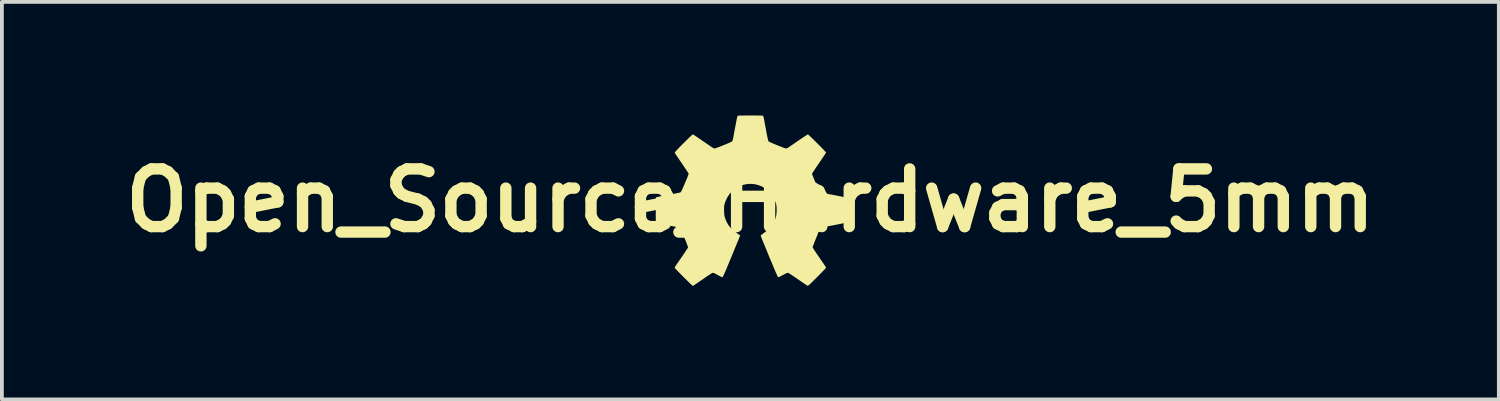
<source format=kicad_pcb>
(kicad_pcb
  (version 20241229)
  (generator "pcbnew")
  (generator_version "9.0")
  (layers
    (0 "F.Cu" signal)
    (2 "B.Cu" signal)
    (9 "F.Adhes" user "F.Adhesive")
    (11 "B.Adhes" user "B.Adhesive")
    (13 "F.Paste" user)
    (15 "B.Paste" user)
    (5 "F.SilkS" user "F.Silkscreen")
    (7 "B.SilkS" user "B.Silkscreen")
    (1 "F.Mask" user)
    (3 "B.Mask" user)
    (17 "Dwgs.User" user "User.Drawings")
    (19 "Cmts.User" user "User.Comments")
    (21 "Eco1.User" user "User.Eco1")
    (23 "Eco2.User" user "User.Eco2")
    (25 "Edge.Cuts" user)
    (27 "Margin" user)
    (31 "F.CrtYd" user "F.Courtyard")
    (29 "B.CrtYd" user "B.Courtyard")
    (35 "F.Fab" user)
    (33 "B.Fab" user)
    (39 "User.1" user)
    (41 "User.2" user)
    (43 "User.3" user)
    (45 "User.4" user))
  (footprint "Open_Source_Hardware_5mm"
    (layer "F.Cu")
    (at 16.771 2.246)
    (property "Reference" "Open_Source_Hardware_5mm" (at 0 0 0) (layer "F.SilkS") (effects (font (size 1.524 1.524) (thickness 0.3))))
    (attr board_only exclude_from_pos_files exclude_from_bom)
    (fp_poly (pts (xy 0.055 -2.246) (xy 0.121 -2.245) (xy 0.183 -2.245) (xy 0.237 -2.244) (xy 0.281 -2.243) (xy 0.313 -2.242) (xy 0.331 -2.24) (xy 0.333 -2.239) (xy 0.337 -2.236) (xy 0.341 -2.228) (xy 0.345 -2.215) (xy 0.35 -2.195) (xy 0.357 -2.166) (xy 0.365 -2.128) (xy 0.374 -2.078) (xy 0.386 -2.014) (xy 0.401 -1.936) (xy 0.418 -1.842) (xy 0.419 -1.837) (xy 0.435 -1.749) (xy 0.449 -1.679) (xy 0.461 -1.626) (xy 0.47 -1.589) (xy 0.477 -1.568) (xy 0.481 -1.563) (xy 0.494 -1.554) (xy 0.521 -1.541) (xy 0.56 -1.523) (xy 0.607 -1.503) (xy 0.66 -1.48) (xy 0.715 -1.458) (xy 0.771 -1.435) (xy 0.823 -1.415) (xy 0.87 -1.397) (xy 0.907 -1.384) (xy 0.934 -1.376) (xy 0.944 -1.374) (xy 0.963 -1.379) (xy 0.991 -1.392) (xy 1.022 -1.411) (xy 1.027 -1.415) (xy 1.059 -1.437) (xy 1.099 -1.465) (xy 1.145 -1.496) (xy 1.186 -1.524) (xy 1.234 -1.557) (xy 1.289 -1.595) (xy 1.346 -1.634) (xy 1.397 -1.669) (xy 1.398 -1.669) (xy 1.438 -1.696) (xy 1.473 -1.719) (xy 1.501 -1.736) (xy 1.518 -1.745) (xy 1.521 -1.746) (xy 1.53 -1.74) (xy 1.55 -1.722) (xy 1.579 -1.695) (xy 1.615 -1.66) (xy 1.657 -1.62) (xy 1.703 -1.575) (xy 1.751 -1.527) (xy 1.799 -1.479) (xy 1.846 -1.431) (xy 1.889 -1.387) (xy 1.928 -1.347) (xy 1.96 -1.313) (xy 1.984 -1.288) (xy 1.998 -1.272) (xy 2 -1.268) (xy 1.995 -1.258) (xy 1.981 -1.235) (xy 1.959 -1.201) (xy 1.93 -1.157) (xy 1.895 -1.105) (xy 1.856 -1.047) (xy 1.817 -0.99) (xy 1.774 -0.928) (xy 1.735 -0.87) (xy 1.7 -0.818) (xy 1.671 -0.774) (xy 1.649 -0.74) (xy 1.635 -0.718) (xy 1.63 -0.709) (xy 1.632 -0.697) (xy 1.641 -0.67) (xy 1.656 -0.632) (xy 1.675 -0.584) (xy 1.698 -0.528) (xy 1.723 -0.467) (xy 1.728 -0.456) (xy 1.758 -0.387) (xy 1.781 -0.333) (xy 1.8 -0.291) (xy 1.814 -0.261) (xy 1.826 -0.24) (xy 1.835 -0.226) (xy 1.843 -0.218) (xy 1.851 -0.213) (xy 1.861 -0.21) (xy 1.863 -0.209) (xy 1.88 -0.205) (xy 1.912 -0.199) (xy 1.957 -0.19) (xy 2.013 -0.179) (xy 2.077 -0.167) (xy 2.146 -0.155) (xy 2.177 -0.149) (xy 2.247 -0.136) (xy 2.313 -0.123) (xy 2.37 -0.112) (xy 2.418 -0.101) (xy 2.454 -0.093) (xy 2.475 -0.087) (xy 2.48 -0.085) (xy 2.5 -0.072) (xy 2.5 0.253) (xy 2.5 0.328) (xy 2.499 0.398) (xy 2.498 0.46) (xy 2.497 0.512) (xy 2.496 0.552) (xy 2.494 0.578) (xy 2.493 0.588) (xy 2.482 0.593) (xy 2.457 0.601) (xy 2.42 0.61) (xy 2.376 0.619) (xy 2.359 0.622) (xy 2.309 0.632) (xy 2.262 0.641) (xy 2.222 0.648) (xy 2.195 0.654) (xy 2.191 0.655) (xy 2.158 0.661) (xy 2.118 0.668) (xy 2.095 0.672) (xy 2.013 0.688) (xy 1.949 0.701) (xy 1.9 0.711) (xy 1.868 0.72) (xy 1.851 0.728) (xy 1.849 0.729) (xy 1.843 0.741) (xy 1.831 0.767) (xy 1.815 0.804) (xy 1.795 0.85) (xy 1.774 0.903) (xy 1.751 0.96) (xy 1.728 1.017) (xy 1.705 1.073) (xy 1.685 1.125) (xy 1.668 1.17) (xy 1.655 1.206) (xy 1.647 1.229) (xy 1.646 1.237) (xy 1.651 1.248) (xy 1.665 1.272) (xy 1.686 1.306) (xy 1.714 1.348) (xy 1.746 1.396) (xy 1.768 1.428) (xy 1.806 1.484) (xy 1.845 1.54) (xy 1.881 1.593) (xy 1.913 1.639) (xy 1.938 1.675) (xy 1.945 1.685) (xy 1.968 1.719) (xy 1.986 1.748) (xy 1.997 1.769) (xy 2 1.776) (xy 1.994 1.785) (xy 1.976 1.805) (xy 1.948 1.835) (xy 1.912 1.873) (xy 1.868 1.918) (xy 1.819 1.968) (xy 1.765 2.022) (xy 1.764 2.023) (xy 1.703 2.084) (xy 1.653 2.134) (xy 1.613 2.173) (xy 1.581 2.203) (xy 1.558 2.224) (xy 1.54 2.238) (xy 1.528 2.247) (xy 1.519 2.251) (xy 1.512 2.251) (xy 1.507 2.249) (xy 1.495 2.242) (xy 1.469 2.225) (xy 1.433 2.201) (xy 1.388 2.171) (xy 1.336 2.135) (xy 1.279 2.096) (xy 1.259 2.082) (xy 1.201 2.042) (xy 1.147 2.006) (xy 1.098 1.973) (xy 1.058 1.947) (xy 1.028 1.928) (xy 1.009 1.917) (xy 1.006 1.915) (xy 0.997 1.912) (xy 0.988 1.911) (xy 0.977 1.912) (xy 0.962 1.917) (xy 0.94 1.927) (xy 0.909 1.943) (xy 0.866 1.966) (xy 0.812 1.995) (xy 0.781 2.011) (xy 0.754 2.022) (xy 0.737 2.026) (xy 0.734 2.026) (xy 0.728 2.016) (xy 0.715 1.992) (xy 0.698 1.955) (xy 0.676 1.908) (xy 0.652 1.852) (xy 0.625 1.79) (xy 0.614 1.763) (xy 0.555 1.62) (xy 0.5 1.489) (xy 0.451 1.37) (xy 0.408 1.264) (xy 0.37 1.172) (xy 0.338 1.094) (xy 0.312 1.03) (xy 0.293 0.981) (xy 0.28 0.948) (xy 0.273 0.93) (xy 0.273 0.928) (xy 0.28 0.92) (xy 0.298 0.904) (xy 0.326 0.883) (xy 0.343 0.87) (xy 0.422 0.811) (xy 0.487 0.755) (xy 0.54 0.7) (xy 0.584 0.641) (xy 0.621 0.577) (xy 0.623 0.572) (xy 0.655 0.502) (xy 0.676 0.435) (xy 0.689 0.365) (xy 0.694 0.286) (xy 0.694 0.25) (xy 0.694 0.199) (xy 0.692 0.161) (xy 0.688 0.129) (xy 0.682 0.099) (xy 0.671 0.065) (xy 0.664 0.042) (xy 0.62 -0.061) (xy 0.562 -0.155) (xy 0.492 -0.236) (xy 0.411 -0.306) (xy 0.321 -0.362) (xy 0.224 -0.403) (xy 0.12 -0.43) (xy 0.011 -0.44) (xy -0.075 -0.435) (xy -0.186 -0.414) (xy -0.289 -0.377) (xy -0.384 -0.325) (xy -0.469 -0.259) (xy -0.543 -0.18) (xy -0.605 -0.088) (xy -0.654 0.014) (xy -0.664 0.042) (xy -0.676 0.081) (xy -0.685 0.111) (xy -0.69 0.14) (xy -0.693 0.173) (xy -0.694 0.214) (xy -0.694 0.255) (xy -0.692 0.332) (xy -0.685 0.398) (xy -0.67 0.459) (xy -0.648 0.519) (xy -0.623 0.573) (xy -0.596 0.622) (xy -0.567 0.666) (xy -0.533 0.708) (xy -0.492 0.75) (xy -0.441 0.794) (xy -0.38 0.843) (xy -0.305 0.899) (xy -0.295 0.906) (xy -0.269 0.924) (xy -0.298 0.997) (xy -0.304 1.012) (xy -0.312 1.031) (xy -0.321 1.054) (xy -0.332 1.081) (xy -0.346 1.115) (xy -0.363 1.156) (xy -0.383 1.205) (xy -0.408 1.264) (xy -0.436 1.334) (xy -0.47 1.416) (xy -0.509 1.51) (xy -0.554 1.619) (xy -0.606 1.742) (xy -0.627 1.795) (xy -0.653 1.855) (xy -0.676 1.909) (xy -0.697 1.956) (xy -0.715 1.992) (xy -0.727 2.016) (xy -0.734 2.026) (xy -0.748 2.024) (xy -0.773 2.015) (xy -0.804 2) (xy -0.812 1.995) (xy -0.868 1.965) (xy -0.91 1.943) (xy -0.941 1.927) (xy -0.962 1.917) (xy -0.977 1.912) (xy -0.988 1.911) (xy -0.997 1.912) (xy -1.006 1.915) (xy -1.021 1.923) (xy -1.048 1.94) (xy -1.085 1.964) (xy -1.129 1.993) (xy -1.179 2.027) (xy -1.209 2.048) (xy -1.284 2.1) (xy -1.346 2.142) (xy -1.395 2.176) (xy -1.434 2.203) (xy -1.464 2.222) (xy -1.485 2.237) (xy -1.5 2.246) (xy -1.51 2.252) (xy -1.517 2.254) (xy -1.521 2.255) (xy -1.522 2.255) (xy -1.53 2.249) (xy -1.55 2.231) (xy -1.58 2.204) (xy -1.618 2.167) (xy -1.662 2.124) (xy -1.712 2.074) (xy -1.766 2.021) (xy -1.82 1.967) (xy -1.869 1.917) (xy -1.912 1.872) (xy -1.949 1.834) (xy -1.976 1.805) (xy -1.994 1.785) (xy -2 1.776) (xy -1.995 1.765) (xy -1.982 1.742) (xy -1.963 1.711) (xy -1.945 1.685) (xy -1.923 1.654) (xy -1.894 1.611) (xy -1.859 1.56) (xy -1.82 1.504) (xy -1.782 1.448) (xy -1.768 1.428) (xy -1.733 1.377) (xy -1.703 1.331) (xy -1.677 1.292) (xy -1.658 1.261) (xy -1.648 1.242) (xy -1.646 1.237) (xy -1.649 1.224) (xy -1.658 1.197) (xy -1.672 1.159) (xy -1.69 1.112) (xy -1.711 1.059) (xy -1.734 1.002) (xy -1.757 0.945) (xy -1.78 0.889) (xy -1.801 0.838) (xy -1.819 0.793) (xy -1.835 0.759) (xy -1.845 0.736) (xy -1.849 0.729) (xy -1.853 0.726) (xy -1.859 0.723) (xy -1.869 0.719) (xy -1.884 0.715) (xy -1.906 0.71) (xy -1.936 0.703) (xy -1.975 0.695) (xy -2.025 0.685) (xy -2.087 0.674) (xy -2.162 0.659) (xy -2.253 0.642) (xy -2.36 0.622) (xy -2.361 0.622) (xy -2.413 0.612) (xy -2.449 0.604) (xy -2.472 0.598) (xy -2.486 0.592) (xy -2.493 0.585) (xy -2.496 0.579) (xy -2.497 0.565) (xy -2.498 0.536) (xy -2.498 0.493) (xy -2.499 0.438) (xy -2.499 0.374) (xy -2.498 0.303) (xy -2.498 0.241) (xy -2.495 -0.077) (xy -2.473 -0.088) (xy -2.458 -0.092) (xy -2.428 -0.099) (xy -2.385 -0.108) (xy -2.332 -0.119) (xy -2.269 -0.131) (xy -2.201 -0.144) (xy -2.168 -0.15) (xy -2.098 -0.163) (xy -2.032 -0.175) (xy -1.973 -0.186) (xy -1.923 -0.196) (xy -1.886 -0.204) (xy -1.863 -0.209) (xy -1.858 -0.21) (xy -1.85 -0.213) (xy -1.841 -0.219) (xy -1.833 -0.229) (xy -1.823 -0.246) (xy -1.81 -0.27) (xy -1.794 -0.304) (xy -1.774 -0.35) (xy -1.748 -0.41) (xy -1.728 -0.456) (xy -1.702 -0.518) (xy -1.678 -0.575) (xy -1.658 -0.625) (xy -1.643 -0.665) (xy -1.633 -0.694) (xy -1.63 -0.708) (xy -1.63 -0.709) (xy -1.636 -0.72) (xy -1.651 -0.744) (xy -1.674 -0.779) (xy -1.703 -0.823) (xy -1.739 -0.876) (xy -1.778 -0.934) (xy -1.812 -0.984) (xy -1.854 -1.045) (xy -1.893 -1.103) (xy -1.928 -1.154) (xy -1.957 -1.197) (xy -1.978 -1.23) (xy -1.992 -1.252) (xy -1.997 -1.259) (xy -1.995 -1.267) (xy -1.986 -1.281) (xy -1.969 -1.302) (xy -1.943 -1.331) (xy -1.906 -1.37) (xy -1.859 -1.418) (xy -1.8 -1.478) (xy -1.767 -1.511) (xy -1.713 -1.564) (xy -1.663 -1.614) (xy -1.618 -1.657) (xy -1.58 -1.694) (xy -1.55 -1.722) (xy -1.53 -1.74) (xy -1.521 -1.746) (xy -1.521 -1.746) (xy -1.51 -1.741) (xy -1.487 -1.728) (xy -1.455 -1.707) (xy -1.417 -1.682) (xy -1.398 -1.669) (xy -1.347 -1.634) (xy -1.29 -1.595) (xy -1.235 -1.557) (xy -1.187 -1.525) (xy -1.186 -1.524) (xy -1.142 -1.494) (xy -1.097 -1.463) (xy -1.057 -1.435) (xy -1.027 -1.415) (xy -0.996 -1.395) (xy -0.967 -1.381) (xy -0.947 -1.374) (xy -0.945 -1.374) (xy -0.929 -1.377) (xy -0.9 -1.386) (xy -0.86 -1.401) (xy -0.812 -1.419) (xy -0.758 -1.44) (xy -0.703 -1.463) (xy -0.648 -1.485) (xy -0.596 -1.507) (xy -0.55 -1.527) (xy -0.514 -1.544) (xy -0.49 -1.557) (xy -0.481 -1.563) (xy -0.472 -1.579) (xy -0.462 -1.612) (xy -0.451 -1.661) (xy -0.441 -1.714) (xy -0.431 -1.771) (xy -0.42 -1.83) (xy -0.41 -1.885) (xy -0.402 -1.93) (xy -0.4 -1.937) (xy -0.391 -1.984) (xy -0.38 -2.041) (xy -0.369 -2.098) (xy -0.364 -2.128) (xy -0.355 -2.17) (xy -0.346 -2.205) (xy -0.338 -2.229) (xy -0.333 -2.239) (xy -0.322 -2.241) (xy -0.294 -2.242) (xy -0.254 -2.244) (xy -0.203 -2.245) (xy -0.144 -2.245) (xy -0.08 -2.246) (xy -0.012 -2.246)) (stroke (width 0) (type solid)) (fill yes) (layer "F.SilkS")))
  (gr_rect
    (start -3 -3)
    (end 36.543 7.501)
    (stroke (width 0.1) (type default))
    (fill no)
    (layer "Edge.Cuts")))
</source>
